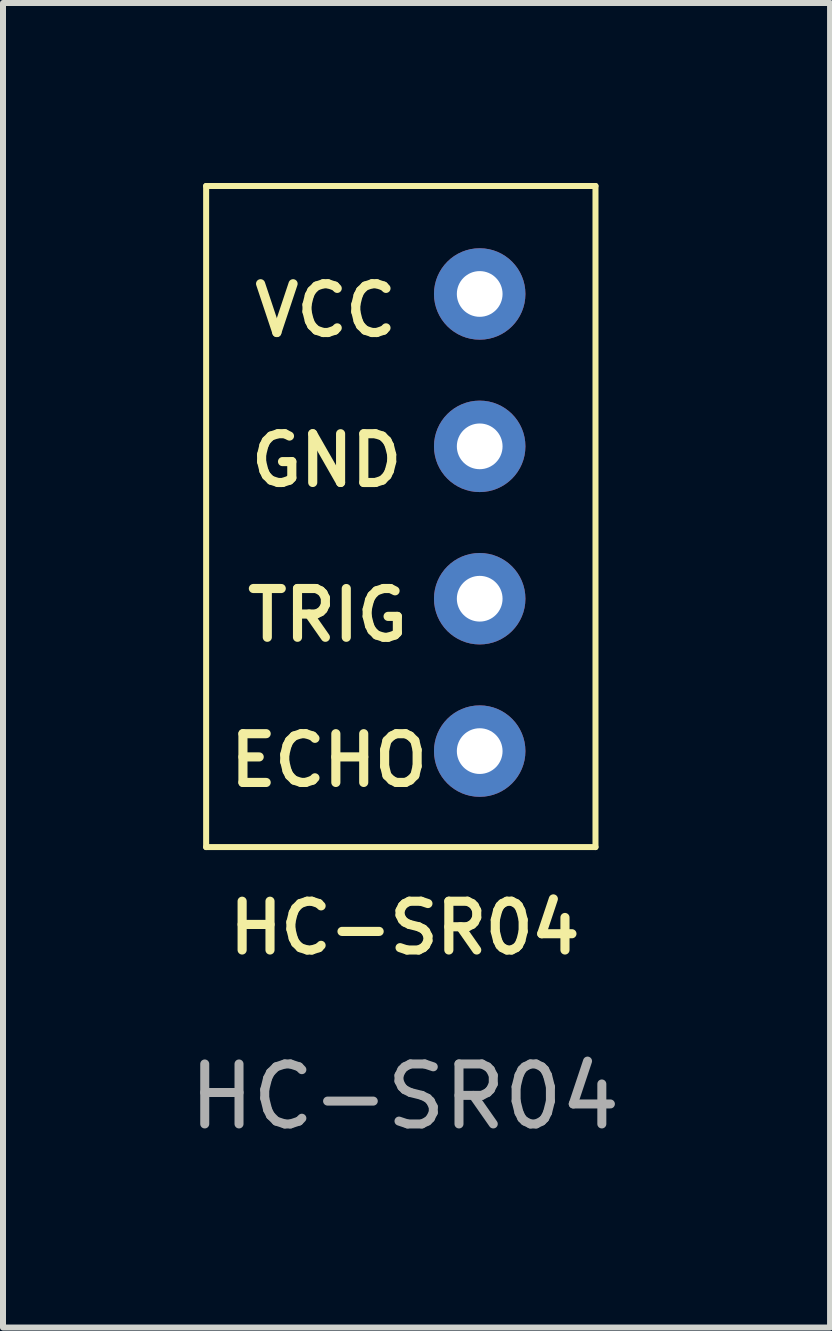
<source format=kicad_pcb>
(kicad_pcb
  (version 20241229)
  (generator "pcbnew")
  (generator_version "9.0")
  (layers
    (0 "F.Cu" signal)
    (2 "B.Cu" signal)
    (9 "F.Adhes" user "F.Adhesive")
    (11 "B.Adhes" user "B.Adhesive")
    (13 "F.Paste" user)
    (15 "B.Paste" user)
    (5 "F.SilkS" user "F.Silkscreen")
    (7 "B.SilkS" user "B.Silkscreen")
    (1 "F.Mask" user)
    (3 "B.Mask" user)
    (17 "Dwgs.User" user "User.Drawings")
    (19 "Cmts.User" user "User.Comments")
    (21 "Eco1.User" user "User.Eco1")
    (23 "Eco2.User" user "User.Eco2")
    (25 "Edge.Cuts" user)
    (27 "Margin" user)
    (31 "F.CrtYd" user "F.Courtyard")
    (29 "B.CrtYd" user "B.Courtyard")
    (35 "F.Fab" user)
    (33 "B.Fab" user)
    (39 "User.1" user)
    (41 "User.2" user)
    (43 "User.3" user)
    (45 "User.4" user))
  (footprint "HC-SR04"
    (layer "F.Cu")
    (at 7.536 9.34)
    (property "Reference" "HC-SR04" (at -3.84 3.077 0) (unlocked yes) (layer "F.SilkS") (effects (font (size 0.813 0.813) (thickness 0.152))))
    (attr through_hole)
    (fp_line (start -7.15 -9.29) (end -0.66 -9.29) (stroke (width 0.1) (type default)) (layer "F.SilkS"))
    (fp_line (start -7.15 1.73) (end -7.15 -9.29) (stroke (width 0.1) (type default)) (layer "F.SilkS"))
    (fp_line (start -0.66 -9.29) (end -0.66 1.73) (stroke (width 0.1) (type default)) (layer "F.SilkS"))
    (fp_line (start -0.66 1.73) (end -7.15 1.73) (stroke (width 0.1) (type default)) (layer "F.SilkS"))
    (fp_text user "VCC" (at -6.42 -6.74 0) (unlocked yes) (layer "F.SilkS") (effects (font (size 0.813 0.813) (thickness 0.152) (bold yes)) (justify left bottom)))
    (fp_text user "GND" (at -6.48 -4.24 0) (unlocked yes) (layer "F.SilkS") (effects (font (size 0.813 0.813) (thickness 0.152) (bold yes)) (justify left bottom)))
    (fp_text user "TRIG" (at -6.54 -1.66 0) (unlocked yes) (layer "F.SilkS") (effects (font (size 0.813 0.813) (thickness 0.152) (bold yes)) (justify left bottom)))
    (fp_text user "ECHO" (at -6.83 0.76 0) (unlocked yes) (layer "F.SilkS") (effects (font (size 0.813 0.813) (thickness 0.152) (bold yes)) (justify left bottom)))
    (fp_text user "${REFERENCE}" (at -3.84 5.89 0) (unlocked yes) (layer "F.Fab") (effects (font (size 1 1) (thickness 0.15))))
    (pad "1" thru_hole circle (at -2.59 -7.49 270) (size 1.524 1.524) (drill 0.762) (layers "*.Cu" "*.Mask"))
    (pad "2" thru_hole circle (at -2.59 -4.95 270) (size 1.524 1.524) (drill 0.762) (layers "*.Cu" "*.Mask"))
    (pad "3" thru_hole circle (at -2.59 -2.41 270) (size 1.524 1.524) (drill 0.762) (layers "*.Cu" "*.Mask"))
    (pad "4" thru_hole circle (at -2.59 0.13 270) (size 1.524 1.524) (drill 0.762) (layers "*.Cu" "*.Mask"))
    (zone (net_name "") (layer "F.SilkS") (hatch edge 0.5) (connect_pads) (min_thickness 0.25) (filled_areas_thickness no) (keepout (tracks allowed) (vias allowed) (pads not_allowed) (copperpour allowed) (footprints allowed)) (placement (enabled no)) (fill) (polygon (pts (xy 0.386 0.05) (xy 6.876 0.05) (xy 6.876 11.07) (xy 0.386 11.07)))))
  (gr_rect
    (start -3 -3)
    (end 10.786 19.078)
    (stroke (width 0.1) (type default))
    (fill no)
    (layer "Edge.Cuts")))
</source>
